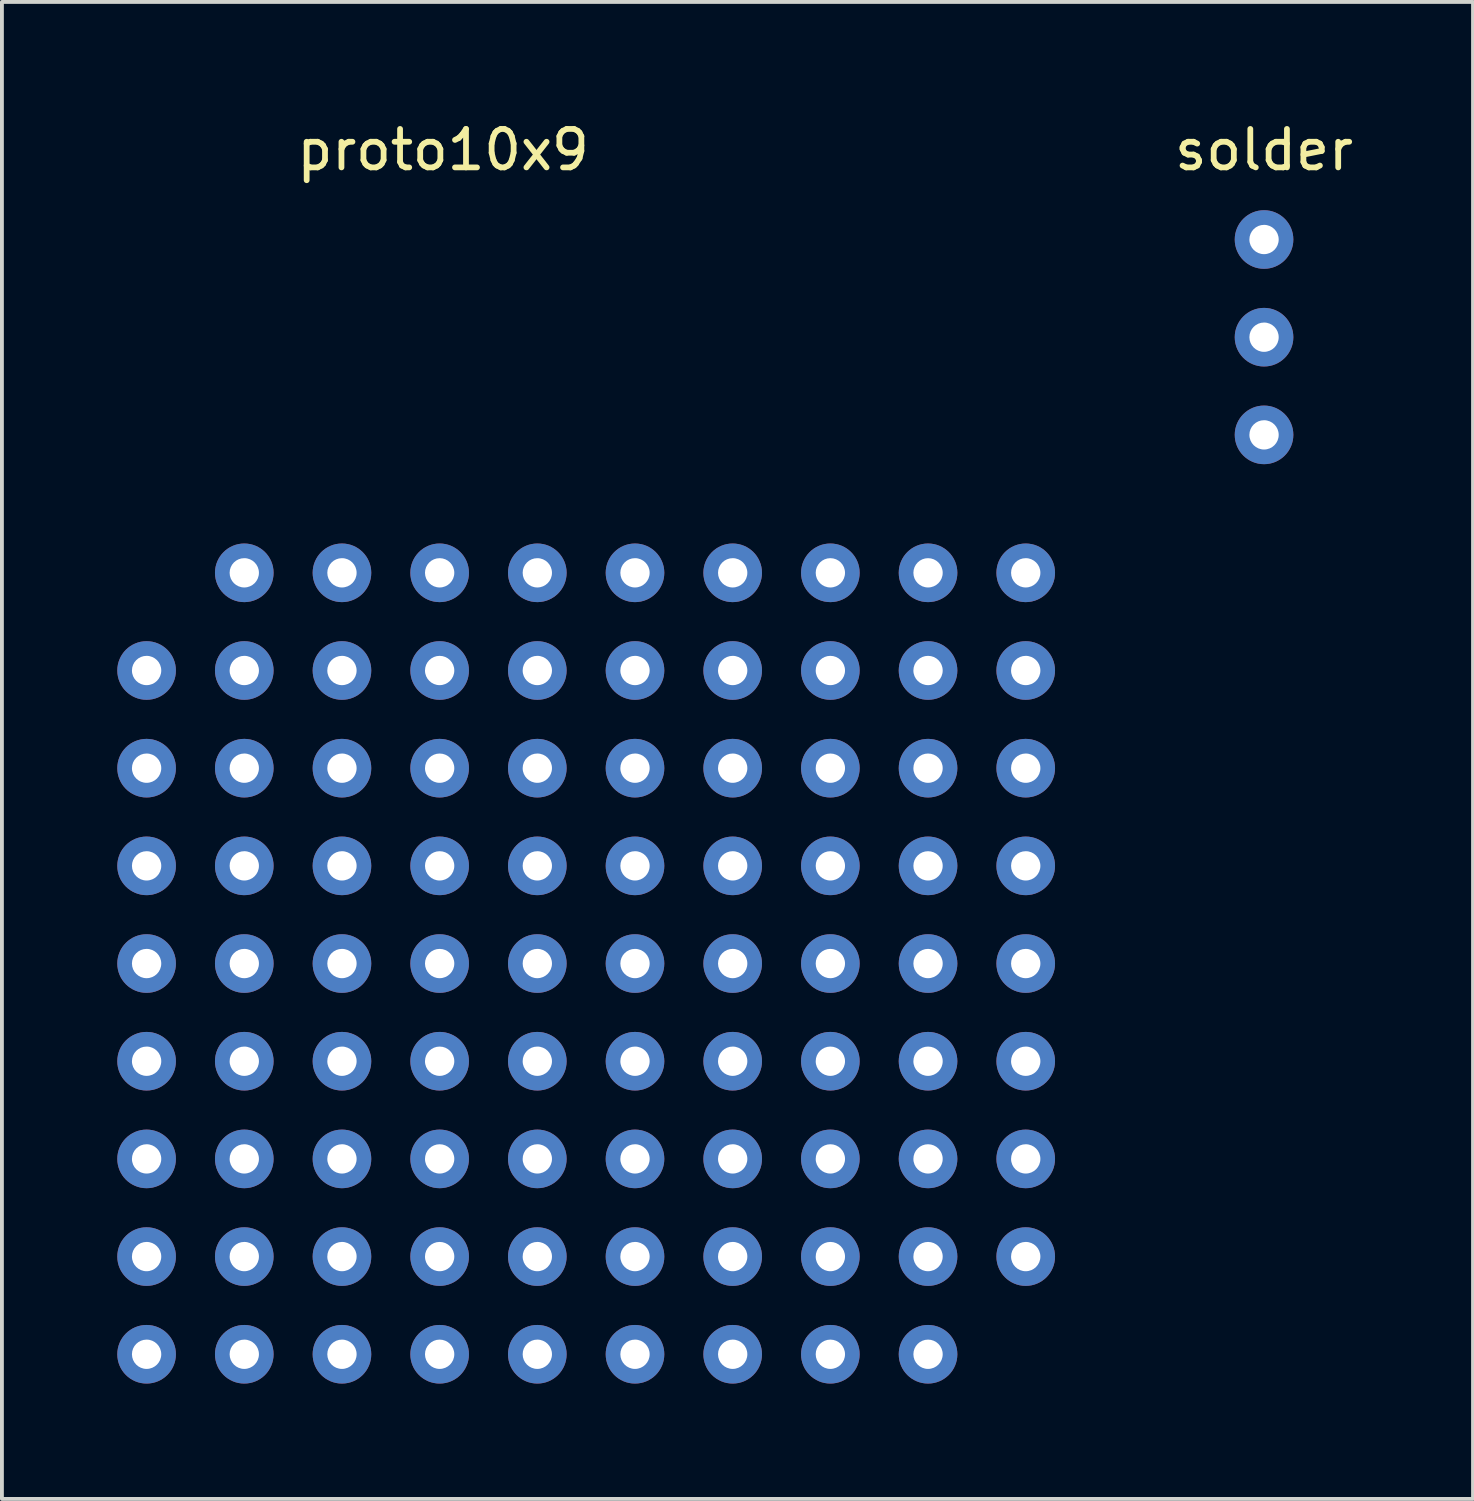
<source format=kicad_pcb>
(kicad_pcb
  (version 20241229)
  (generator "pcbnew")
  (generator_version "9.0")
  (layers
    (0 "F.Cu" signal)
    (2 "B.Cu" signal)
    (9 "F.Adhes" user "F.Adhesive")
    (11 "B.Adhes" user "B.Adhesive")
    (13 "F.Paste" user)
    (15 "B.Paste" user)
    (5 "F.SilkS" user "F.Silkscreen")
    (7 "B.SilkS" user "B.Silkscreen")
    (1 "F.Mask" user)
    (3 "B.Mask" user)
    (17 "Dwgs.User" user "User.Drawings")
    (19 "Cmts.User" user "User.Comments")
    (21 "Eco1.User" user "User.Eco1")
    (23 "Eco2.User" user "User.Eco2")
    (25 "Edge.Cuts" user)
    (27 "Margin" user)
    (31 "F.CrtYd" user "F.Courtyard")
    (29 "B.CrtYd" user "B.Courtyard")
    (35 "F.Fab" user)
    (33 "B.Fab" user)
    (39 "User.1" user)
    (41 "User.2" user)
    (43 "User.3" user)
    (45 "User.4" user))
  (footprint "proto10x9"
    (layer "F.Cu")
    (at 8.382 11.845)
    (property "Reference" "proto10x9" (at 0.09 -10.997 0) (layer "F.SilkS") (effects (font (size 1 1) (thickness 0.15))))
    (attr through_hole)
    (pad "1" thru_hole circle (at 2.54 0) (size 1.524 1.524) (drill 0.762) (layers "*.Cu" "*.Mask"))
    (pad "2" thru_hole circle (at 5.08 0) (size 1.524 1.524) (drill 0.762) (layers "*.Cu" "*.Mask"))
    (pad "3" thru_hole circle (at 7.62 0) (size 1.524 1.524) (drill 0.762) (layers "*.Cu" "*.Mask"))
    (pad "4" thru_hole circle (at 10.16 0) (size 1.524 1.524) (drill 0.762) (layers "*.Cu" "*.Mask"))
    (pad "5" thru_hole circle (at 12.7 0) (size 1.524 1.524) (drill 0.762) (layers "*.Cu" "*.Mask"))
    (pad "6" thru_hole circle (at 15.24 0) (size 1.524 1.524) (drill 0.762) (layers "*.Cu" "*.Mask"))
    (pad "7" thru_hole circle (at 15.24 2.54) (size 1.524 1.524) (drill 0.762) (layers "*.Cu" "*.Mask"))
    (pad "8" thru_hole circle (at 15.24 5.08) (size 1.524 1.524) (drill 0.762) (layers "*.Cu" "*.Mask"))
    (pad "9" thru_hole circle (at 15.24 7.62) (size 1.524 1.524) (drill 0.762) (layers "*.Cu" "*.Mask"))
    (pad "10" thru_hole circle (at 15.24 10.16) (size 1.524 1.524) (drill 0.762) (layers "*.Cu" "*.Mask"))
    (pad "11" thru_hole circle (at 15.24 12.7) (size 1.524 1.524) (drill 0.762) (layers "*.Cu" "*.Mask"))
    (pad "12" thru_hole circle (at 15.24 15.24) (size 1.524 1.524) (drill 0.762) (layers "*.Cu" "*.Mask"))
    (pad "13" thru_hole circle (at 15.24 17.78) (size 1.524 1.524) (drill 0.762) (layers "*.Cu" "*.Mask"))
    (pad "14" thru_hole circle (at 12.7 20.32) (size 1.524 1.524) (drill 0.762) (layers "*.Cu" "*.Mask"))
    (pad "15" thru_hole circle (at 10.16 20.32) (size 1.524 1.524) (drill 0.762) (layers "*.Cu" "*.Mask"))
    (pad "16" thru_hole circle (at 7.62 20.32) (size 1.524 1.524) (drill 0.762) (layers "*.Cu" "*.Mask"))
    (pad "17" thru_hole circle (at 5.08 20.32) (size 1.524 1.524) (drill 0.762) (layers "*.Cu" "*.Mask"))
    (pad "18" thru_hole circle (at 2.54 20.32) (size 1.524 1.524) (drill 0.762) (layers "*.Cu" "*.Mask"))
    (pad "19" thru_hole circle (at 0 20.32) (size 1.524 1.524) (drill 0.762) (layers "*.Cu" "*.Mask"))
    (pad "20" thru_hole circle (at 0 17.78) (size 1.524 1.524) (drill 0.762) (layers "*.Cu" "*.Mask"))
    (pad "21" thru_hole circle (at 0 15.24) (size 1.524 1.524) (drill 0.762) (layers "*.Cu" "*.Mask"))
    (pad "22" thru_hole circle (at 0 12.7) (size 1.524 1.524) (drill 0.762) (layers "*.Cu" "*.Mask"))
    (pad "23" thru_hole circle (at 0 10.16) (size 1.524 1.524) (drill 0.762) (layers "*.Cu" "*.Mask"))
    (pad "24" thru_hole circle (at 0 7.62) (size 1.524 1.524) (drill 0.762) (layers "*.Cu" "*.Mask"))
    (pad "25" thru_hole circle (at 0 5.08) (size 1.524 1.524) (drill 0.762) (layers "*.Cu" "*.Mask"))
    (pad "26" thru_hole circle (at 0 2.54) (size 1.524 1.524) (drill 0.762) (layers "*.Cu" "*.Mask"))
    (pad "27" thru_hole circle (at 2.54 2.54) (size 1.524 1.524) (drill 0.762) (layers "*.Cu" "*.Mask"))
    (pad "28" thru_hole circle (at 5.08 2.54) (size 1.524 1.524) (drill 0.762) (layers "*.Cu" "*.Mask"))
    (pad "29" thru_hole circle (at 7.62 2.54) (size 1.524 1.524) (drill 0.762) (layers "*.Cu" "*.Mask"))
    (pad "30" thru_hole circle (at 10.16 2.54) (size 1.524 1.524) (drill 0.762) (layers "*.Cu" "*.Mask"))
    (pad "31" thru_hole circle (at 12.7 2.54) (size 1.524 1.524) (drill 0.762) (layers "*.Cu" "*.Mask"))
    (pad "32" thru_hole circle (at 12.7 5.08) (size 1.524 1.524) (drill 0.762) (layers "*.Cu" "*.Mask"))
    (pad "33" thru_hole circle (at 10.16 5.08) (size 1.524 1.524) (drill 0.762) (layers "*.Cu" "*.Mask"))
    (pad "34" thru_hole circle (at 7.62 5.08) (size 1.524 1.524) (drill 0.762) (layers "*.Cu" "*.Mask"))
    (pad "35" thru_hole circle (at 5.08 5.08) (size 1.524 1.524) (drill 0.762) (layers "*.Cu" "*.Mask"))
    (pad "36" thru_hole circle (at 2.54 5.08) (size 1.524 1.524) (drill 0.762) (layers "*.Cu" "*.Mask"))
    (pad "37" thru_hole circle (at 2.54 7.62) (size 1.524 1.524) (drill 0.762) (layers "*.Cu" "*.Mask"))
    (pad "38" thru_hole circle (at 5.08 7.62) (size 1.524 1.524) (drill 0.762) (layers "*.Cu" "*.Mask"))
    (pad "39" thru_hole circle (at 7.62 7.62) (size 1.524 1.524) (drill 0.762) (layers "*.Cu" "*.Mask"))
    (pad "40" thru_hole circle (at 10.16 7.62) (size 1.524 1.524) (drill 0.762) (layers "*.Cu" "*.Mask"))
    (pad "41" thru_hole circle (at 12.7 7.62) (size 1.524 1.524) (drill 0.762) (layers "*.Cu" "*.Mask"))
    (pad "42" thru_hole circle (at 12.7 10.16) (size 1.524 1.524) (drill 0.762) (layers "*.Cu" "*.Mask"))
    (pad "43" thru_hole circle (at 10.16 10.16) (size 1.524 1.524) (drill 0.762) (layers "*.Cu" "*.Mask"))
    (pad "44" thru_hole circle (at 7.62 10.16) (size 1.524 1.524) (drill 0.762) (layers "*.Cu" "*.Mask"))
    (pad "45" thru_hole circle (at 5.08 10.16) (size 1.524 1.524) (drill 0.762) (layers "*.Cu" "*.Mask"))
    (pad "46" thru_hole circle (at 2.54 10.16) (size 1.524 1.524) (drill 0.762) (layers "*.Cu" "*.Mask"))
    (pad "47" thru_hole circle (at 2.54 12.7) (size 1.524 1.524) (drill 0.762) (layers "*.Cu" "*.Mask"))
    (pad "48" thru_hole circle (at 5.08 12.7) (size 1.524 1.524) (drill 0.762) (layers "*.Cu" "*.Mask"))
    (pad "49" thru_hole circle (at 7.62 12.7) (size 1.524 1.524) (drill 0.762) (layers "*.Cu" "*.Mask"))
    (pad "50" thru_hole circle (at 10.16 12.7) (size 1.524 1.524) (drill 0.762) (layers "*.Cu" "*.Mask"))
    (pad "51" thru_hole circle (at 12.7 12.7) (size 1.524 1.524) (drill 0.762) (layers "*.Cu" "*.Mask"))
    (pad "52" thru_hole circle (at 12.7 15.24) (size 1.524 1.524) (drill 0.762) (layers "*.Cu" "*.Mask"))
    (pad "53" thru_hole circle (at 10.16 15.24) (size 1.524 1.524) (drill 0.762) (layers "*.Cu" "*.Mask"))
    (pad "54" thru_hole circle (at 7.62 15.24) (size 1.524 1.524) (drill 0.762) (layers "*.Cu" "*.Mask"))
    (pad "55" thru_hole circle (at 5.08 15.24) (size 1.524 1.524) (drill 0.762) (layers "*.Cu" "*.Mask"))
    (pad "56" thru_hole circle (at 2.54 15.24) (size 1.524 1.524) (drill 0.762) (layers "*.Cu" "*.Mask"))
    (pad "57" thru_hole circle (at 5.08 17.78) (size 1.524 1.524) (drill 0.762) (layers "*.Cu" "*.Mask"))
    (pad "58" thru_hole circle (at 2.54 17.78) (size 1.524 1.524) (drill 0.762) (layers "*.Cu" "*.Mask"))
    (pad "59" thru_hole circle (at 7.62 17.78) (size 1.524 1.524) (drill 0.762) (layers "*.Cu" "*.Mask"))
    (pad "60" thru_hole circle (at 10.16 17.78) (size 1.524 1.524) (drill 0.762) (layers "*.Cu" "*.Mask"))
    (pad "61" thru_hole circle (at 12.7 17.78) (size 1.524 1.524) (drill 0.762) (layers "*.Cu" "*.Mask"))
    (pad "62" thru_hole circle (at -2.54 20.32) (size 1.524 1.524) (drill 0.762) (layers "*.Cu" "*.Mask"))
    (pad "63" thru_hole circle (at -5.08 20.32) (size 1.524 1.524) (drill 0.762) (layers "*.Cu" "*.Mask"))
    (pad "64" thru_hole circle (at -7.62 20.32) (size 1.524 1.524) (drill 0.762) (layers "*.Cu" "*.Mask"))
    (pad "65" thru_hole circle (at -7.62 17.78) (size 1.524 1.524) (drill 0.762) (layers "*.Cu" "*.Mask"))
    (pad "66" thru_hole circle (at -5.08 17.78) (size 1.524 1.524) (drill 0.762) (layers "*.Cu" "*.Mask"))
    (pad "67" thru_hole circle (at -2.54 17.78) (size 1.524 1.524) (drill 0.762) (layers "*.Cu" "*.Mask"))
    (pad "68" thru_hole circle (at -2.54 15.24) (size 1.524 1.524) (drill 0.762) (layers "*.Cu" "*.Mask"))
    (pad "69" thru_hole circle (at -5.08 15.24) (size 1.524 1.524) (drill 0.762) (layers "*.Cu" "*.Mask"))
    (pad "70" thru_hole circle (at -7.62 15.24) (size 1.524 1.524) (drill 0.762) (layers "*.Cu" "*.Mask"))
    (pad "71" thru_hole circle (at -7.62 12.7) (size 1.524 1.524) (drill 0.762) (layers "*.Cu" "*.Mask"))
    (pad "72" thru_hole circle (at -5.08 12.7) (size 1.524 1.524) (drill 0.762) (layers "*.Cu" "*.Mask"))
    (pad "73" thru_hole circle (at -2.54 12.7) (size 1.524 1.524) (drill 0.762) (layers "*.Cu" "*.Mask"))
    (pad "74" thru_hole circle (at -2.54 10.16) (size 1.524 1.524) (drill 0.762) (layers "*.Cu" "*.Mask"))
    (pad "75" thru_hole circle (at -5.08 10.16) (size 1.524 1.524) (drill 0.762) (layers "*.Cu" "*.Mask"))
    (pad "76" thru_hole circle (at -7.62 10.16) (size 1.524 1.524) (drill 0.762) (layers "*.Cu" "*.Mask"))
    (pad "77" thru_hole circle (at -7.62 7.62) (size 1.524 1.524) (drill 0.762) (layers "*.Cu" "*.Mask"))
    (pad "78" thru_hole circle (at -5.08 7.62) (size 1.524 1.524) (drill 0.762) (layers "*.Cu" "*.Mask"))
    (pad "79" thru_hole circle (at -2.54 7.62) (size 1.524 1.524) (drill 0.762) (layers "*.Cu" "*.Mask"))
    (pad "80" thru_hole circle (at -2.54 5.08) (size 1.524 1.524) (drill 0.762) (layers "*.Cu" "*.Mask"))
    (pad "81" thru_hole circle (at -5.08 5.08) (size 1.524 1.524) (drill 0.762) (layers "*.Cu" "*.Mask"))
    (pad "82" thru_hole circle (at -7.62 5.08) (size 1.524 1.524) (drill 0.762) (layers "*.Cu" "*.Mask"))
    (pad "83" thru_hole circle (at -7.62 2.54) (size 1.524 1.524) (drill 0.762) (layers "*.Cu" "*.Mask"))
    (pad "84" thru_hole circle (at -5.08 2.54) (size 1.524 1.524) (drill 0.762) (layers "*.Cu" "*.Mask"))
    (pad "85" thru_hole circle (at -2.54 2.54) (size 1.524 1.524) (drill 0.762) (layers "*.Cu" "*.Mask"))
    (pad "86" thru_hole circle (at 0 0) (size 1.524 1.524) (drill 0.762) (layers "*.Cu" "*.Mask"))
    (pad "87" thru_hole circle (at -2.54 0) (size 1.524 1.524) (drill 0.762) (layers "*.Cu" "*.Mask"))
    (pad "88" thru_hole circle (at -5.08 0) (size 1.524 1.524) (drill 0.762) (layers "*.Cu" "*.Mask")))
  (footprint "solder"
    (layer "F.Cu")
    (at 29.819 3.178)
    (property "Reference" "solder" (at 0 -2.33 0) (layer "F.SilkS") (effects (font (size 1 1) (thickness 0.15))))
    (attr through_hole)
    (pad "1" thru_hole circle (at 0 0) (size 1.524 1.524) (drill 0.762) (layers "*.Cu" "*.Mask"))
    (pad "2" thru_hole circle (at 0 2.54) (size 1.524 1.524) (drill 0.762) (layers "*.Cu" "*.Mask"))
    (pad "3" thru_hole circle (at 0 5.08) (size 1.524 1.524) (drill 0.762) (layers "*.Cu" "*.Mask")))
  (gr_rect
    (start -3 -3)
    (end 35.253 35.927)
    (stroke (width 0.1) (type default))
    (fill no)
    (layer "Edge.Cuts")))
</source>
